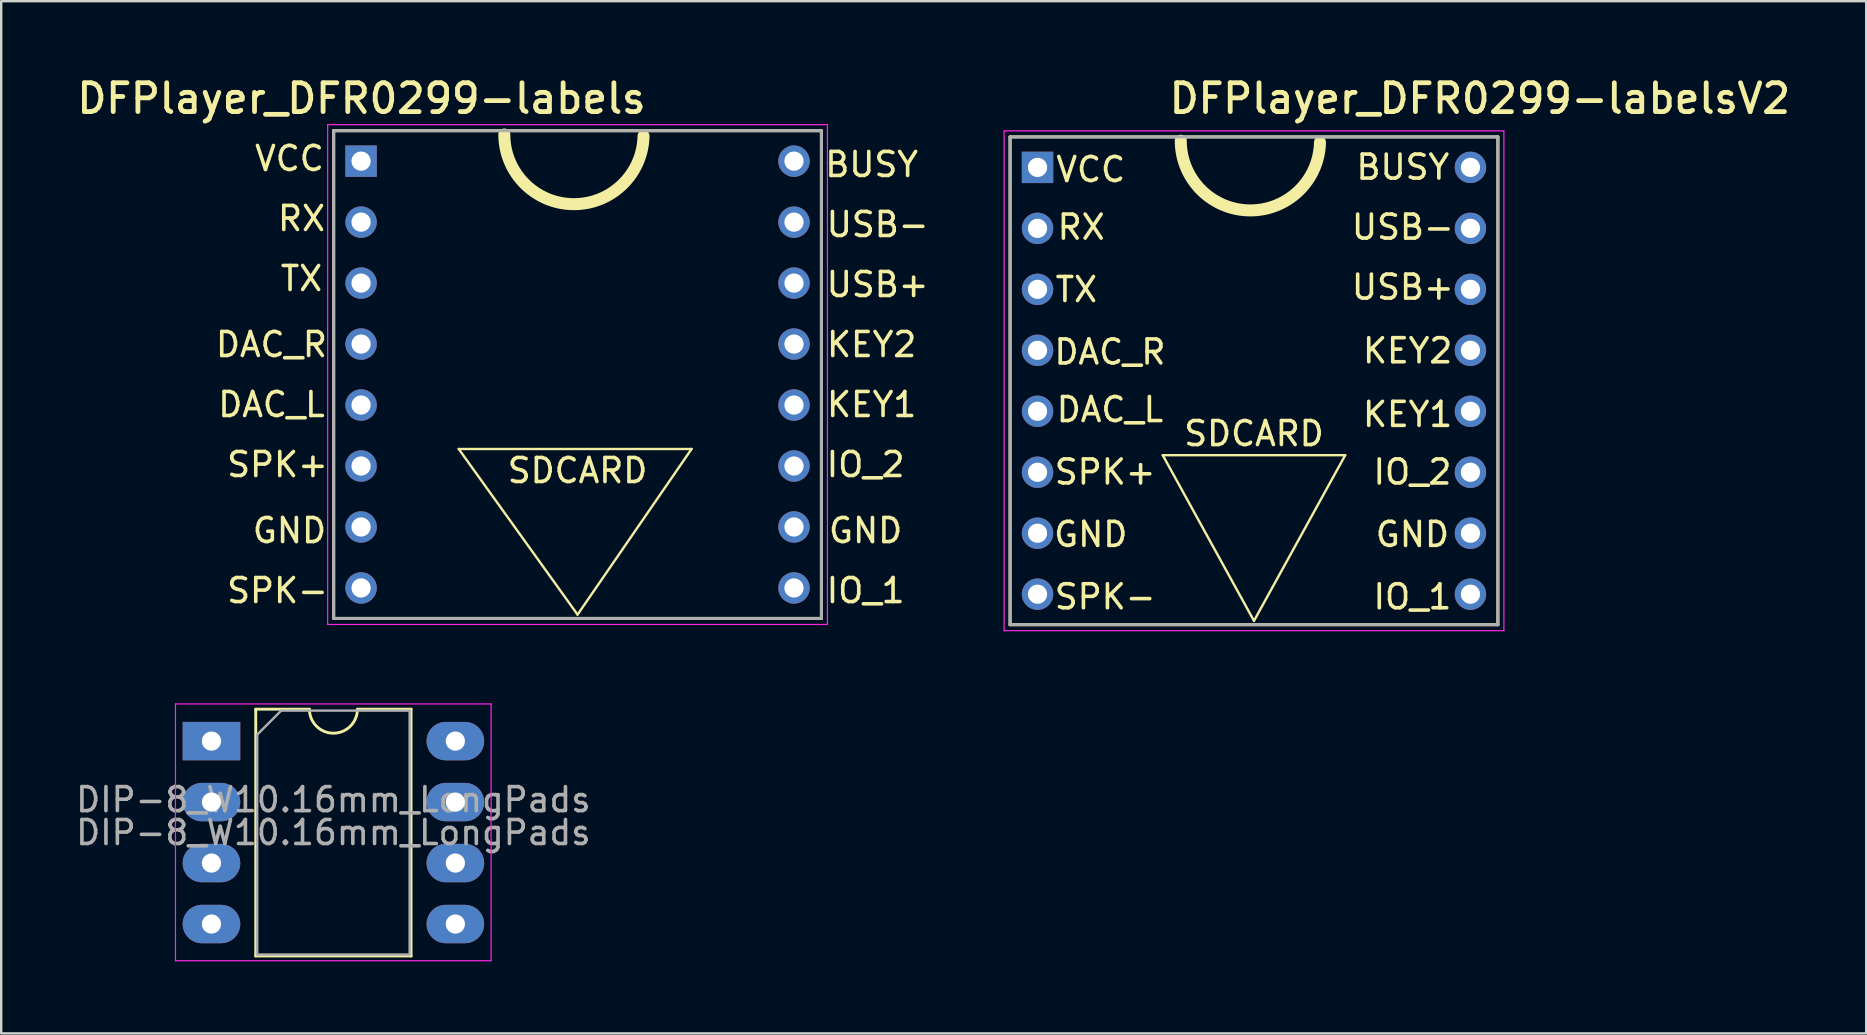
<source format=kicad_pcb>
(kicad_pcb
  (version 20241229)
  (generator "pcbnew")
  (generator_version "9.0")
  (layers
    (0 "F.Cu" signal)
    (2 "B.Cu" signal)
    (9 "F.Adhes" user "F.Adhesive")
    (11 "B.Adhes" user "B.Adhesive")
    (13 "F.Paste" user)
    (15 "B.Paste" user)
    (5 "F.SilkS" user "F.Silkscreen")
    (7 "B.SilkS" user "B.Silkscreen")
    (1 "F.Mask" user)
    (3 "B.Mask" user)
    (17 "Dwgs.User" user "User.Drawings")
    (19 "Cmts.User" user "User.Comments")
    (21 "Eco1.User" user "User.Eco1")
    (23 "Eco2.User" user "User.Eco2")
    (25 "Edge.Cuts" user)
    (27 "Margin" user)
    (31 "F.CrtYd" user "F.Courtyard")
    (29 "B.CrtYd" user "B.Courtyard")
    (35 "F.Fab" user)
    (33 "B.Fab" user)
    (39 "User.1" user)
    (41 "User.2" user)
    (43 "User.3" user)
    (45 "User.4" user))
  (footprint "DIP-8_W10.16mm_LongPads"
    (layer "F.Cu")
    (at 5.759 27.823)
    (property "Reference" "DIP-8_W10.16mm_LongPads" (at 5.08 2.44 0) (layer "F.Fab") (effects (font (size 1 1) (thickness 0.15))))
    (attr through_hole)
    (fp_line (start 1.845 -1.33) (end 1.845 8.95) (stroke (width 0.12) (type solid)) (layer "F.SilkS"))
    (fp_line (start 1.845 8.95) (end 8.315 8.95) (stroke (width 0.12) (type solid)) (layer "F.SilkS"))
    (fp_line (start 4.08 -1.33) (end 1.845 -1.33) (stroke (width 0.12) (type solid)) (layer "F.SilkS"))
    (fp_line (start 8.315 -1.33) (end 6.08 -1.33) (stroke (width 0.12) (type solid)) (layer "F.SilkS"))
    (fp_line (start 8.315 8.95) (end 8.315 -1.33) (stroke (width 0.12) (type solid)) (layer "F.SilkS"))
    (fp_arc (start 6.08 -1.33) (mid 5.08 -0.33) (end 4.08 -1.33) (stroke (width 0.12) (type solid)) (layer "F.SilkS"))
    (fp_line (start -1.5 -1.55) (end -1.5 9.15) (stroke (width 0.05) (type solid)) (layer "F.CrtYd"))
    (fp_line (start -1.5 9.15) (end 11.65 9.15) (stroke (width 0.05) (type solid)) (layer "F.CrtYd"))
    (fp_line (start 11.65 -1.55) (end -1.5 -1.55) (stroke (width 0.05) (type solid)) (layer "F.CrtYd"))
    (fp_line (start 11.65 9.15) (end 11.65 -1.55) (stroke (width 0.05) (type solid)) (layer "F.CrtYd"))
    (fp_line (start 1.905 -0.27) (end 2.905 -1.27) (stroke (width 0.1) (type solid)) (layer "F.Fab"))
    (fp_line (start 1.905 8.89) (end 1.905 -0.27) (stroke (width 0.1) (type solid)) (layer "F.Fab"))
    (fp_line (start 2.905 -1.27) (end 8.255 -1.27) (stroke (width 0.1) (type solid)) (layer "F.Fab"))
    (fp_line (start 8.255 -1.27) (end 8.255 8.89) (stroke (width 0.1) (type solid)) (layer "F.Fab"))
    (fp_line (start 8.255 8.89) (end 1.905 8.89) (stroke (width 0.1) (type solid)) (layer "F.Fab"))
    (fp_text user "${REFERENCE}" (at 5.08 3.81 0) (layer "F.Fab") (effects (font (size 1 1) (thickness 0.15))))
    (pad "1" thru_hole rect (at 0 0) (size 2.4 1.6) (drill 0.8) (layers "*.Cu" "*.Mask"))
    (pad "2" thru_hole oval (at 0 2.54) (size 2.4 1.6) (drill 0.8) (layers "*.Cu" "*.Mask"))
    (pad "3" thru_hole oval (at 0 5.08) (size 2.4 1.6) (drill 0.8) (layers "*.Cu" "*.Mask"))
    (pad "4" thru_hole oval (at 0 7.62) (size 2.4 1.6) (drill 0.8) (layers "*.Cu" "*.Mask"))
    (pad "5" thru_hole oval (at 10.16 7.62) (size 2.4 1.6) (drill 0.8) (layers "*.Cu" "*.Mask"))
    (pad "6" thru_hole oval (at 10.16 5.08) (size 2.4 1.6) (drill 0.8) (layers "*.Cu" "*.Mask"))
    (pad "7" thru_hole oval (at 10.16 2.54) (size 2.4 1.6) (drill 0.8) (layers "*.Cu" "*.Mask"))
    (pad "8" thru_hole oval (at 10.16 0) (size 2.4 1.6) (drill 0.8) (layers "*.Cu" "*.Mask")))
  (footprint "DFPlayer_DFR0299-labels"
    (layer "F.Cu")
    (at 21.009 12.553)
    (property "Reference" "DFPlayer_DFR0299-labels" (at -9 -11.5 180) (layer "F.SilkS") (effects (font (size 1.2 1.2) (thickness 0.2))))
    (attr through_hole)
    (fp_line (start -10.16 -10.16) (end 10.16 -10.16) (stroke (width 0.127) (type solid)) (layer "F.SilkS"))
    (fp_line (start -10.16 10.16) (end -10.16 -10.16) (stroke (width 0.127) (type solid)) (layer "F.SilkS"))
    (fp_line (start -4.95 3.1) (end 0 10) (stroke (width 0.1) (type solid)) (layer "F.SilkS"))
    (fp_line (start 0 10) (end 4.75 3.1) (stroke (width 0.1) (type solid)) (layer "F.SilkS"))
    (fp_line (start 4.75 3.1) (end -4.95 3.1) (stroke (width 0.1) (type solid)) (layer "F.SilkS"))
    (fp_line (start 10.16 -10.16) (end 10.16 10.16) (stroke (width 0.127) (type solid)) (layer "F.SilkS"))
    (fp_line (start 10.16 10.16) (end -10.16 10.16) (stroke (width 0.127) (type solid)) (layer "F.SilkS"))
    (fp_arc (start 2.749254 -9.934207) (mid -0.182899 -7.100186) (end -3.05 -10) (stroke (width 0.5) (type solid)) (layer "F.SilkS"))
    (fp_line (start -10.41 -10.41) (end 10.41 -10.41) (stroke (width 0.05) (type solid)) (layer "F.CrtYd"))
    (fp_line (start -10.41 10.41) (end -10.41 -10.41) (stroke (width 0.05) (type solid)) (layer "F.CrtYd"))
    (fp_line (start 10.41 -10.41) (end 10.41 10.41) (stroke (width 0.05) (type solid)) (layer "F.CrtYd"))
    (fp_line (start 10.41 10.41) (end -10.41 10.41) (stroke (width 0.05) (type solid)) (layer "F.CrtYd"))
    (fp_line (start -10.16 -10.16) (end 10.16 -10.16) (stroke (width 0.127) (type solid)) (layer "F.Fab"))
    (fp_line (start -10.16 10.16) (end -10.16 -10.16) (stroke (width 0.127) (type solid)) (layer "F.Fab"))
    (fp_line (start 10.16 -10.16) (end 10.16 10.16) (stroke (width 0.127) (type solid)) (layer "F.Fab"))
    (fp_line (start 10.16 10.16) (end -10.16 10.16) (stroke (width 0.127) (type solid)) (layer "F.Fab"))
    (fp_text user "KEY2" (at 12.25 -1.25 0) (layer "F.SilkS") (effects (font (size 1 1) (thickness 0.15))))
    (fp_text user "GND" (at -12 6.5 0) (layer "F.SilkS") (effects (font (size 1 1) (thickness 0.15))))
    (fp_text user "IO_1" (at 12 9 0) (layer "F.SilkS") (effects (font (size 1 1) (thickness 0.15))))
    (fp_text user "GND" (at 12 6.5 0) (layer "F.SilkS") (effects (font (size 1 1) (thickness 0.15))))
    (fp_text user "SPK-" (at -12.5 9 0) (layer "F.SilkS") (effects (font (size 1 1) (thickness 0.15))))
    (fp_text user "VCC" (at -12 -9 0) (layer "F.SilkS") (effects (font (size 1 1) (thickness 0.15))))
    (fp_text user "BUSY" (at 12.25 -8.75 0) (layer "F.SilkS") (effects (font (size 1 1) (thickness 0.15))))
    (fp_text user "SDCARD" (at 0 4 0) (layer "F.SilkS") (effects (font (size 1 1) (thickness 0.15))))
    (fp_text user "DAC_R" (at -12.75 -1.25 0) (layer "F.SilkS") (effects (font (size 1 1) (thickness 0.15))))
    (fp_text user "USB-" (at 12.5 -6.25 0) (layer "F.SilkS") (effects (font (size 1 1) (thickness 0.15))))
    (fp_text user "KEY1" (at 12.25 1.25 0) (layer "F.SilkS") (effects (font (size 1 1) (thickness 0.15))))
    (fp_text user "USB+" (at 12.5 -3.75 0) (layer "F.SilkS") (effects (font (size 1 1) (thickness 0.15))))
    (fp_text user "TX" (at -11.5 -4 0) (layer "F.SilkS") (effects (font (size 1 1) (thickness 0.15))))
    (fp_text user "SPK+" (at -12.5 3.75 0) (layer "F.SilkS") (effects (font (size 1 1) (thickness 0.15))))
    (fp_text user "IO_2" (at 12 3.75 0) (layer "F.SilkS") (effects (font (size 1 1) (thickness 0.15))))
    (fp_text user "RX" (at -11.5 -6.5 0) (layer "F.SilkS") (effects (font (size 1 1) (thickness 0.15))))
    (fp_text user "DAC_L" (at -12.75 1.25 0) (layer "F.SilkS") (effects (font (size 1 1) (thickness 0.15))))
    (pad "1" thru_hole rect (at -9.017 -8.89) (size 1.308 1.308) (drill 0.8) (layers "*.Cu" "*.Mask"))
    (pad "2" thru_hole circle (at -9.017 -6.35) (size 1.308 1.308) (drill 0.8) (layers "*.Cu" "*.Mask"))
    (pad "3" thru_hole circle (at -9.017 -3.81) (size 1.308 1.308) (drill 0.8) (layers "*.Cu" "*.Mask"))
    (pad "4" thru_hole circle (at -9.017 -1.27) (size 1.308 1.308) (drill 0.8) (layers "*.Cu" "*.Mask"))
    (pad "5" thru_hole circle (at -9.017 1.27) (size 1.308 1.308) (drill 0.8) (layers "*.Cu" "*.Mask"))
    (pad "6" thru_hole circle (at -9.017 3.81) (size 1.308 1.308) (drill 0.8) (layers "*.Cu" "*.Mask"))
    (pad "7" thru_hole circle (at -9.017 6.35) (size 1.308 1.308) (drill 0.8) (layers "*.Cu" "*.Mask"))
    (pad "8" thru_hole circle (at -9.017 8.89) (size 1.308 1.308) (drill 0.8) (layers "*.Cu" "*.Mask"))
    (pad "9" thru_hole circle (at 9.017 8.89) (size 1.308 1.308) (drill 0.8) (layers "*.Cu" "*.Mask"))
    (pad "10" thru_hole circle (at 9.017 6.35) (size 1.308 1.308) (drill 0.8) (layers "*.Cu" "*.Mask"))
    (pad "11" thru_hole circle (at 9.017 3.81) (size 1.308 1.308) (drill 0.8) (layers "*.Cu" "*.Mask"))
    (pad "12" thru_hole circle (at 9.017 1.27) (size 1.308 1.308) (drill 0.8) (layers "*.Cu" "*.Mask"))
    (pad "13" thru_hole circle (at 9.017 -1.27) (size 1.308 1.308) (drill 0.8) (layers "*.Cu" "*.Mask"))
    (pad "14" thru_hole circle (at 9.017 -3.81) (size 1.308 1.308) (drill 0.8) (layers "*.Cu" "*.Mask"))
    (pad "15" thru_hole circle (at 9.017 -6.35) (size 1.308 1.308) (drill 0.8) (layers "*.Cu" "*.Mask"))
    (pad "16" thru_hole circle (at 9.017 -8.89) (size 1.308 1.308) (drill 0.8) (layers "*.Cu" "*.Mask")))
  (footprint "DFPlayer_DFR0299-labelsV2"
    (layer "F.Cu")
    (at 49.188 12.813)
    (property "Reference" "DFPlayer_DFR0299-labelsV2" (at 9.41 -11.76 180) (layer "F.SilkS") (effects (font (size 1.2 1.2) (thickness 0.2))))
    (attr through_hole)
    (fp_line (start -10.16 -10.16) (end 10.16 -10.16) (stroke (width 0.127) (type solid)) (layer "F.SilkS"))
    (fp_line (start -10.16 10.16) (end -10.16 -10.16) (stroke (width 0.127) (type solid)) (layer "F.SilkS"))
    (fp_line (start -3.8 3.1) (end 0 10) (stroke (width 0.1) (type solid)) (layer "F.SilkS"))
    (fp_line (start 0 10) (end 3.8 3.1) (stroke (width 0.1) (type solid)) (layer "F.SilkS"))
    (fp_line (start 3.8 3.1) (end -3.8 3.1) (stroke (width 0.1) (type solid)) (layer "F.SilkS"))
    (fp_line (start 10.16 -10.16) (end 10.16 10.16) (stroke (width 0.127) (type solid)) (layer "F.SilkS"))
    (fp_line (start 10.16 10.16) (end -10.16 10.16) (stroke (width 0.127) (type solid)) (layer "F.SilkS"))
    (fp_arc (start 2.749254 -9.934207) (mid -0.182899 -7.100186) (end -3.05 -10) (stroke (width 0.5) (type solid)) (layer "F.SilkS"))
    (fp_line (start -10.41 -10.41) (end 10.41 -10.41) (stroke (width 0.05) (type solid)) (layer "F.CrtYd"))
    (fp_line (start -10.41 10.41) (end -10.41 -10.41) (stroke (width 0.05) (type solid)) (layer "F.CrtYd"))
    (fp_line (start 10.41 -10.41) (end 10.41 10.41) (stroke (width 0.05) (type solid)) (layer "F.CrtYd"))
    (fp_line (start 10.41 10.41) (end -10.41 10.41) (stroke (width 0.05) (type solid)) (layer "F.CrtYd"))
    (fp_line (start -10.16 -10.16) (end 10.16 -10.16) (stroke (width 0.127) (type solid)) (layer "F.Fab"))
    (fp_line (start -10.16 10.16) (end -10.16 -10.16) (stroke (width 0.127) (type solid)) (layer "F.Fab"))
    (fp_line (start 10.16 -10.16) (end 10.16 10.16) (stroke (width 0.127) (type solid)) (layer "F.Fab"))
    (fp_line (start 10.16 10.16) (end -10.16 10.16) (stroke (width 0.127) (type solid)) (layer "F.Fab"))
    (fp_text user "VCC" (at -6.8 -8.8 0) (layer "F.SilkS") (effects (font (size 1 1) (thickness 0.15))))
    (fp_text user "DAC_L" (at -6 1.2 0) (layer "F.SilkS") (effects (font (size 1 1) (thickness 0.15))))
    (fp_text user "SPK-" (at -6.2 9 0) (layer "F.SilkS") (effects (font (size 1 1) (thickness 0.15))))
    (fp_text user "DAC_R" (at -6 -1.2 0) (layer "F.SilkS") (effects (font (size 1 1) (thickness 0.15))))
    (fp_text user "USB+" (at 6.2 -3.9 0) (layer "F.SilkS") (effects (font (size 1 1) (thickness 0.15))))
    (fp_text user "KEY2" (at 6.4 -1.25 0) (layer "F.SilkS") (effects (font (size 1 1) (thickness 0.15))))
    (fp_text user "RX" (at -7.2 -6.4 0) (layer "F.SilkS") (effects (font (size 1 1) (thickness 0.15))))
    (fp_text user "SPK+" (at -6.2 3.8 0) (layer "F.SilkS") (effects (font (size 1 1) (thickness 0.15))))
    (fp_text user "SDCARD" (at 0 2.2 0) (layer "F.SilkS") (effects (font (size 1 1) (thickness 0.15))))
    (fp_text user "GND" (at 6.6 6.4 0) (layer "F.SilkS") (effects (font (size 1 1) (thickness 0.15))))
    (fp_text user "TX" (at -7.4 -3.8 0) (layer "F.SilkS") (effects (font (size 1 1) (thickness 0.15))))
    (fp_text user "BUSY" (at 6.2 -8.9 0) (layer "F.SilkS") (effects (font (size 1 1) (thickness 0.15))))
    (fp_text user "USB-" (at 6.2 -6.4 0) (layer "F.SilkS") (effects (font (size 1 1) (thickness 0.15))))
    (fp_text user "GND" (at -6.8 6.4 0) (layer "F.SilkS") (effects (font (size 1 1) (thickness 0.15))))
    (fp_text user "KEY1" (at 6.4 1.4 0) (layer "F.SilkS") (effects (font (size 1 1) (thickness 0.15))))
    (fp_text user "IO_2" (at 6.6 3.8 0) (layer "F.SilkS") (effects (font (size 1 1) (thickness 0.15))))
    (fp_text user "IO_1" (at 6.6 9 0) (layer "F.SilkS") (effects (font (size 1 1) (thickness 0.15))))
    (pad "1" thru_hole rect (at -9.017 -8.89) (size 1.308 1.308) (drill 0.8) (layers "*.Cu" "*.Mask"))
    (pad "2" thru_hole circle (at -9.017 -6.35) (size 1.308 1.308) (drill 0.8) (layers "*.Cu" "*.Mask"))
    (pad "3" thru_hole circle (at -9.017 -3.81) (size 1.308 1.308) (drill 0.8) (layers "*.Cu" "*.Mask"))
    (pad "4" thru_hole circle (at -9.017 -1.27) (size 1.308 1.308) (drill 0.8) (layers "*.Cu" "*.Mask"))
    (pad "5" thru_hole circle (at -9.017 1.27) (size 1.308 1.308) (drill 0.8) (layers "*.Cu" "*.Mask"))
    (pad "6" thru_hole circle (at -9.017 3.81) (size 1.308 1.308) (drill 0.8) (layers "*.Cu" "*.Mask"))
    (pad "7" thru_hole circle (at -9.017 6.35) (size 1.308 1.308) (drill 0.8) (layers "*.Cu" "*.Mask"))
    (pad "8" thru_hole circle (at -9.017 8.89) (size 1.308 1.308) (drill 0.8) (layers "*.Cu" "*.Mask"))
    (pad "9" thru_hole circle (at 9.017 8.89) (size 1.308 1.308) (drill 0.8) (layers "*.Cu" "*.Mask"))
    (pad "10" thru_hole circle (at 9.017 6.35) (size 1.308 1.308) (drill 0.8) (layers "*.Cu" "*.Mask"))
    (pad "11" thru_hole circle (at 9.017 3.81) (size 1.308 1.308) (drill 0.8) (layers "*.Cu" "*.Mask"))
    (pad "12" thru_hole circle (at 9.017 1.27) (size 1.308 1.308) (drill 0.8) (layers "*.Cu" "*.Mask"))
    (pad "13" thru_hole circle (at 9.017 -1.27) (size 1.308 1.308) (drill 0.8) (layers "*.Cu" "*.Mask"))
    (pad "14" thru_hole circle (at 9.017 -3.81) (size 1.308 1.308) (drill 0.8) (layers "*.Cu" "*.Mask"))
    (pad "15" thru_hole circle (at 9.017 -6.35) (size 1.308 1.308) (drill 0.8) (layers "*.Cu" "*.Mask"))
    (pad "16" thru_hole circle (at 9.017 -8.89) (size 1.308 1.308) (drill 0.8) (layers "*.Cu" "*.Mask")))
  (gr_rect
    (start -3 -3)
    (end 74.692 39.998)
    (stroke (width 0.1) (type default))
    (fill no)
    (layer "Edge.Cuts")))
</source>
